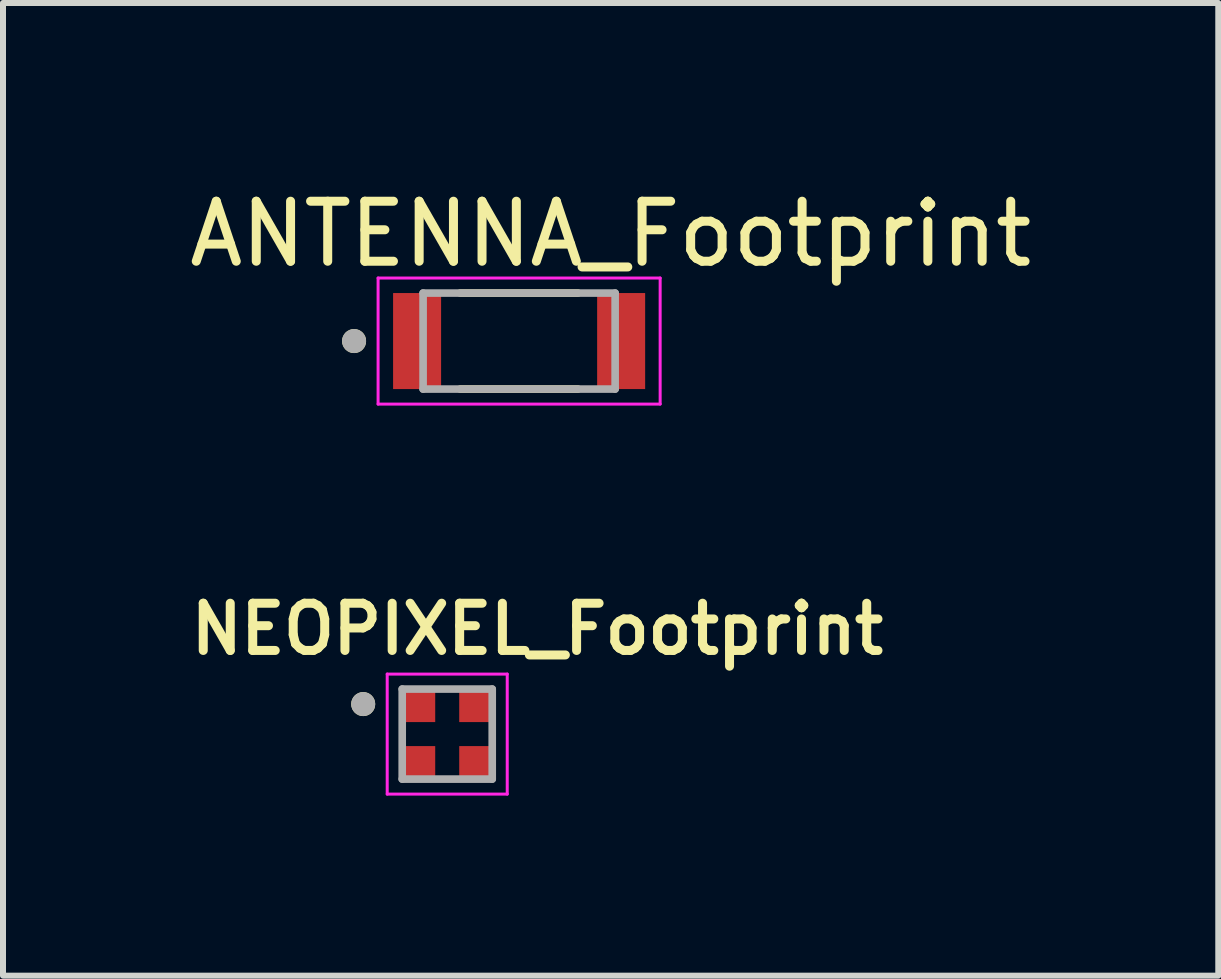
<source format=kicad_pcb>
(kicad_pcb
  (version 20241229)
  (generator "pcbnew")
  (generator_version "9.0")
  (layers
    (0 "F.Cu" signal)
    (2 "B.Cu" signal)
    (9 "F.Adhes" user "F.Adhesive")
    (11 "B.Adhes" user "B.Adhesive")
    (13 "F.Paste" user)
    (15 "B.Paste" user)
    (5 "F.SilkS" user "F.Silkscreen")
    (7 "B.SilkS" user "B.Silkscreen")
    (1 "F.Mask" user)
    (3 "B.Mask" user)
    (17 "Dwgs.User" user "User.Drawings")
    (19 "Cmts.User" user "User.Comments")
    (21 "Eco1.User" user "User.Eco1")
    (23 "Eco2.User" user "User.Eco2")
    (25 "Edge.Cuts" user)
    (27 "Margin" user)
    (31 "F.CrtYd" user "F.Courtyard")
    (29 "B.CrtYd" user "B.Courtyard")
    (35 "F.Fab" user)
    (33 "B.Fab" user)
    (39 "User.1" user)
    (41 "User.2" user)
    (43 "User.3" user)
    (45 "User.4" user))
  (footprint "ANTENNA_Footprint"
    (layer "F.Cu")
    (at 5.6 2.633)
    (property "Reference" "ANTENNA_Footprint" (at 1.525 -1.785 0) (layer "F.SilkS") (effects (font (size 1 1) (thickness 0.15))))
    (attr smd)
    (fp_line (start -0.98 -0.8) (end 0.98 -0.8) (stroke (width 0.127) (type solid)) (layer "F.SilkS"))
    (fp_line (start -0.98 0.8) (end 0.98 0.8) (stroke (width 0.127) (type solid)) (layer "F.SilkS"))
    (fp_circle (center -2.75 0) (end -2.65 0) (stroke (width 0.2) (type solid)) (fill no) (layer "F.SilkS"))
    (fp_line (start -2.35 -1.05) (end -2.35 1.05) (stroke (width 0.05) (type solid)) (layer "F.CrtYd"))
    (fp_line (start -2.35 1.05) (end 2.35 1.05) (stroke (width 0.05) (type solid)) (layer "F.CrtYd"))
    (fp_line (start 2.35 -1.05) (end -2.35 -1.05) (stroke (width 0.05) (type solid)) (layer "F.CrtYd"))
    (fp_line (start 2.35 1.05) (end 2.35 -1.05) (stroke (width 0.05) (type solid)) (layer "F.CrtYd"))
    (fp_line (start -1.6 -0.8) (end 1.6 -0.8) (stroke (width 0.127) (type solid)) (layer "F.Fab"))
    (fp_line (start -1.6 0.8) (end -1.6 -0.8) (stroke (width 0.127) (type solid)) (layer "F.Fab"))
    (fp_line (start 1.6 -0.8) (end 1.6 0.8) (stroke (width 0.127) (type solid)) (layer "F.Fab"))
    (fp_line (start 1.6 0.8) (end -1.6 0.8) (stroke (width 0.127) (type solid)) (layer "F.Fab"))
    (fp_circle (center -2.75 0) (end -2.65 0) (stroke (width 0.2) (type solid)) (fill no) (layer "F.Fab"))
    (pad "1" smd rect (at -1.7 0) (size 0.8 1.6) (layers "F.Cu" "F.Mask" "F.Paste"))
    (pad "2" smd rect (at 1.7 0) (size 0.8 1.6) (layers "F.Cu" "F.Mask" "F.Paste"))
    (zone (net_name "") (layer "F.Cu") (hatch full 0.508) (connect_pads) (min_thickness 0.01) (filled_areas_thickness no) (keepout (tracks not_allowed) (vias not_allowed) (pads not_allowed) (copperpour not_allowed) (footprints allowed)) (placement (enabled no)) (fill) (polygon (pts (xy 4.3 1.833) (xy 6.9 1.833) (xy 6.9 3.433) (xy 4.3 3.433))))
    (zone (net_name "") (layers "F.Cu" "B.Cu") (hatch full 0.508) (connect_pads) (min_thickness 0.01) (filled_areas_thickness no) (keepout (tracks allowed) (vias not_allowed) (pads allowed) (copperpour allowed) (footprints allowed)) (placement (enabled no)) (fill) (polygon (pts (xy 4.3 1.833) (xy 6.9 1.833) (xy 6.9 3.433) (xy 4.3 3.433))))
    (zone (net_name "") (layer "B.Cu") (hatch full 0.508) (connect_pads) (min_thickness 0.01) (filled_areas_thickness no) (keepout (tracks not_allowed) (vias not_allowed) (pads not_allowed) (copperpour not_allowed) (footprints allowed)) (placement (enabled no)) (fill) (polygon (pts (xy 4.3 1.833) (xy 6.9 1.833) (xy 6.9 3.433) (xy 4.3 3.433)))))
  (footprint "NEOPIXEL_Footprint"
    (layer "F.Cu")
    (at 4.402 9.182)
    (property "Reference" "NEOPIXEL_Footprint" (at 1.5 -1.75 0) (layer "F.SilkS") (effects (font (size 0.787 0.787) (thickness 0.15))))
    (attr smd)
    (fp_circle (center -1.4 -0.5) (end -1.3 -0.5) (stroke (width 0.2) (type solid)) (fill no) (layer "F.SilkS"))
    (fp_line (start -1 -1) (end -1 1) (stroke (width 0.05) (type solid)) (layer "F.CrtYd"))
    (fp_line (start -1 1) (end 1 1) (stroke (width 0.05) (type solid)) (layer "F.CrtYd"))
    (fp_line (start 1 -1) (end -1 -1) (stroke (width 0.05) (type solid)) (layer "F.CrtYd"))
    (fp_line (start 1 1) (end 1 -1) (stroke (width 0.05) (type solid)) (layer "F.CrtYd"))
    (fp_line (start -0.75 -0.75) (end 0.75 -0.75) (stroke (width 0.127) (type solid)) (layer "F.Fab"))
    (fp_line (start -0.75 0.75) (end -0.75 -0.75) (stroke (width 0.127) (type solid)) (layer "F.Fab"))
    (fp_line (start 0.75 -0.75) (end 0.75 0.75) (stroke (width 0.127) (type solid)) (layer "F.Fab"))
    (fp_line (start 0.75 0.75) (end -0.75 0.75) (stroke (width 0.127) (type solid)) (layer "F.Fab"))
    (fp_circle (center -1.4 -0.5) (end -1.3 -0.5) (stroke (width 0.2) (type solid)) (fill no) (layer "F.Fab"))
    (pad "1" smd rect (at -0.475 -0.475) (size 0.55 0.55) (layers "F.Cu" "F.Mask" "F.Paste"))
    (pad "2" smd rect (at -0.475 0.475) (size 0.55 0.55) (layers "F.Cu" "F.Mask" "F.Paste"))
    (pad "3" smd rect (at 0.475 0.475) (size 0.55 0.55) (layers "F.Cu" "F.Mask" "F.Paste"))
    (pad "4" smd rect (at 0.475 -0.475) (size 0.55 0.55) (layers "F.Cu" "F.Mask" "F.Paste")))
  (gr_rect
    (start -3 -3)
    (end 17.25 13.207)
    (stroke (width 0.1) (type default))
    (fill no)
    (layer "Edge.Cuts")))
</source>
